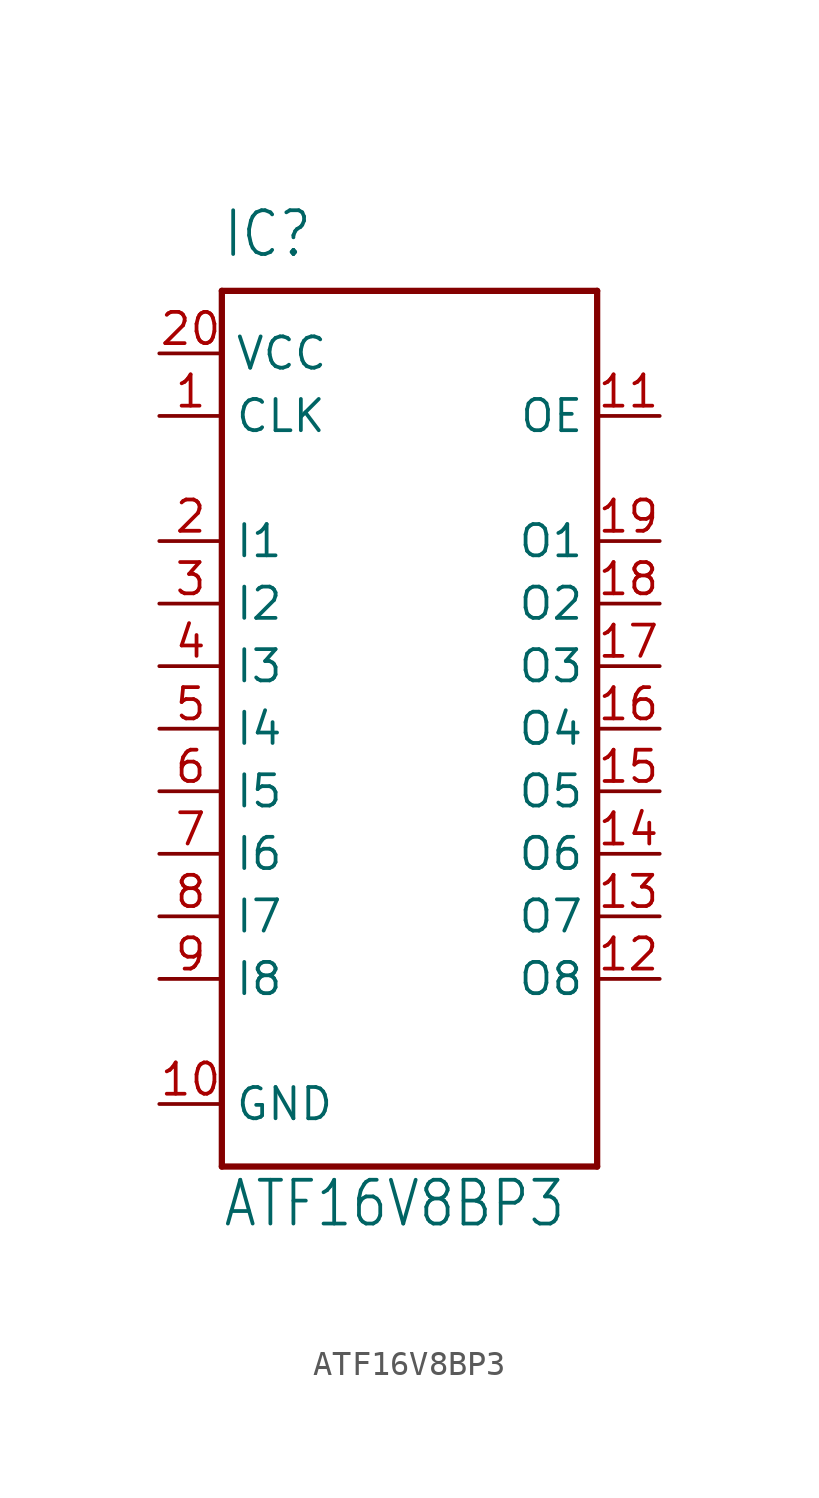
<source format=kicad_sym>
(kicad_symbol_lib
  (version 20211014)
  (generator kicad_symbol_editor)
  (symbol "ATF16V8BP3"
    (property "Reference" "IC"
      (at -7.62 19.05 0)
      (effects (font (size 1.778 1.511)) (justify left bottom)))
    (property "Value" "ATF16V8BP3"
      (at -7.62 -20.32 0)
      (effects (font (size 1.778 1.511)) (justify left bottom)))
    (property "ki_locked" ""
      (at 0 0 0)
      (effects (font (size 1.27 1.27))))
    (symbol "ATF16V8BP3_1_0"
      (polyline (pts (xy -7.62 -17.78) (xy -7.62 17.78)) (stroke (width 0.254) (type default) (color 0 0 0 0)) (fill (type none)))
      (polyline (pts (xy -7.62 17.78) (xy 7.62 17.78)) (stroke (width 0.254) (type default) (color 0 0 0 0)) (fill (type none)))
      (polyline (pts (xy 7.62 -17.78) (xy -7.62 -17.78)) (stroke (width 0.254) (type default) (color 0 0 0 0)) (fill (type none)))
      (polyline (pts (xy 7.62 17.78) (xy 7.62 -17.78)) (stroke (width 0.254) (type default) (color 0 0 0 0)) (fill (type none)))
      (pin input line (at -10.16 12.7 0) (length 2.54) (name "CLK" (effects (font (size 1.27 1.27)))) (number "1" (effects (font (size 1.27 1.27)))))
      (pin power_in line (at -10.16 -15.24 0) (length 2.54) (name "GND" (effects (font (size 1.27 1.27)))) (number "10" (effects (font (size 1.27 1.27)))))
      (pin input line (at 10.16 12.7 180) (length 2.54) (name "OE" (effects (font (size 1.27 1.27)))) (number "11" (effects (font (size 1.27 1.27)))))
      (pin output line (at 10.16 -10.16 180) (length 2.54) (name "O8" (effects (font (size 1.27 1.27)))) (number "12" (effects (font (size 1.27 1.27)))))
      (pin output line (at 10.16 -7.62 180) (length 2.54) (name "O7" (effects (font (size 1.27 1.27)))) (number "13" (effects (font (size 1.27 1.27)))))
      (pin output line (at 10.16 -5.08 180) (length 2.54) (name "O6" (effects (font (size 1.27 1.27)))) (number "14" (effects (font (size 1.27 1.27)))))
      (pin output line (at 10.16 -2.54 180) (length 2.54) (name "O5" (effects (font (size 1.27 1.27)))) (number "15" (effects (font (size 1.27 1.27)))))
      (pin output line (at 10.16 0 180) (length 2.54) (name "O4" (effects (font (size 1.27 1.27)))) (number "16" (effects (font (size 1.27 1.27)))))
      (pin output line (at 10.16 2.54 180) (length 2.54) (name "O3" (effects (font (size 1.27 1.27)))) (number "17" (effects (font (size 1.27 1.27)))))
      (pin output line (at 10.16 5.08 180) (length 2.54) (name "O2" (effects (font (size 1.27 1.27)))) (number "18" (effects (font (size 1.27 1.27)))))
      (pin output line (at 10.16 7.62 180) (length 2.54) (name "O1" (effects (font (size 1.27 1.27)))) (number "19" (effects (font (size 1.27 1.27)))))
      (pin input line (at -10.16 7.62 0) (length 2.54) (name "I1" (effects (font (size 1.27 1.27)))) (number "2" (effects (font (size 1.27 1.27)))))
      (pin power_in line (at -10.16 15.24 0) (length 2.54) (name "VCC" (effects (font (size 1.27 1.27)))) (number "20" (effects (font (size 1.27 1.27)))))
      (pin input line (at -10.16 5.08 0) (length 2.54) (name "I2" (effects (font (size 1.27 1.27)))) (number "3" (effects (font (size 1.27 1.27)))))
      (pin input line (at -10.16 2.54 0) (length 2.54) (name "I3" (effects (font (size 1.27 1.27)))) (number "4" (effects (font (size 1.27 1.27)))))
      (pin input line (at -10.16 0 0) (length 2.54) (name "I4" (effects (font (size 1.27 1.27)))) (number "5" (effects (font (size 1.27 1.27)))))
      (pin input line (at -10.16 -2.54 0) (length 2.54) (name "I5" (effects (font (size 1.27 1.27)))) (number "6" (effects (font (size 1.27 1.27)))))
      (pin input line (at -10.16 -5.08 0) (length 2.54) (name "I6" (effects (font (size 1.27 1.27)))) (number "7" (effects (font (size 1.27 1.27)))))
      (pin input line (at -10.16 -7.62 0) (length 2.54) (name "I7" (effects (font (size 1.27 1.27)))) (number "8" (effects (font (size 1.27 1.27)))))
      (pin input line (at -10.16 -10.16 0) (length 2.54) (name "I8" (effects (font (size 1.27 1.27)))) (number "9" (effects (font (size 1.27 1.27))))))))
</source>
